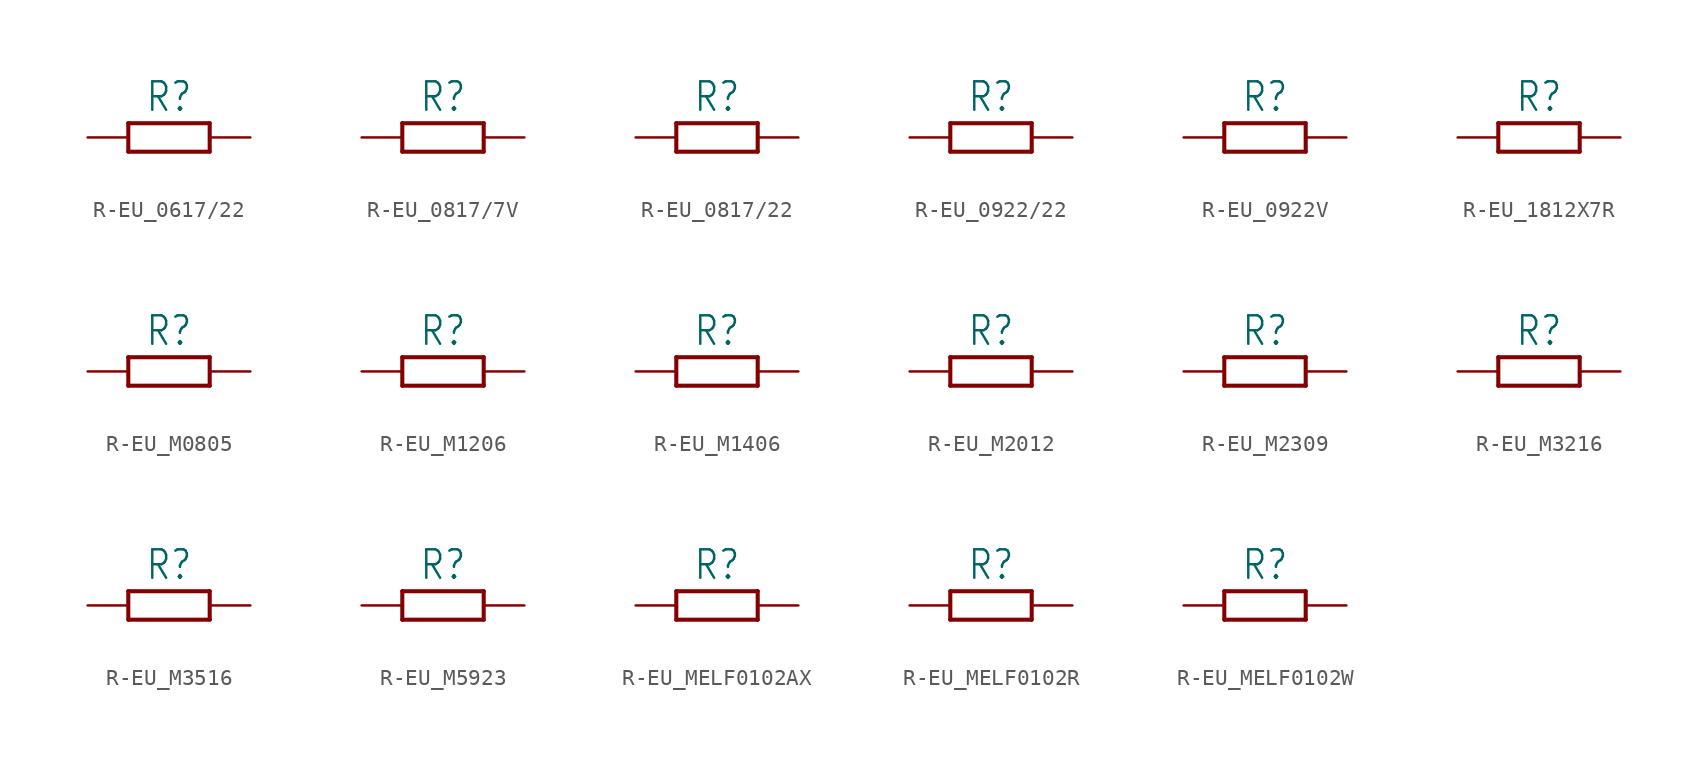
<source format=kicad_sym>
(kicad_symbol_lib
  (version 20231120)
  (generator "kicad_symbol_editor")
  (generator_version "8.0")
  (symbol "R-EU_0617/22"
    (property "Reference" "R"
      (at 0 2.54 0)
      (effects (font (size 1.778 1.511))))
    (property "Value" ""
      (at 0 -2.54 0)
      (effects (font (size 1.778 1.511))))
    (property "ki_locked" ""
      (at 0 0 0)
      (effects (font (size 1.27 1.27))))
    (symbol "R-EU_0617/22_1_0"
      (polyline (pts (xy -2.54 -0.889) (xy -2.54 0.889)) (stroke (width 0.254) (type solid)) (fill (type none)))
      (polyline (pts (xy -2.54 -0.889) (xy 2.54 -0.889)) (stroke (width 0.254) (type solid)) (fill (type none)))
      (polyline (pts (xy 2.54 -0.889) (xy 2.54 0.889)) (stroke (width 0.254) (type solid)) (fill (type none)))
      (polyline (pts (xy 2.54 0.889) (xy -2.54 0.889)) (stroke (width 0.254) (type solid)) (fill (type none)))
      (pin passive line (at -5.08 0 0) (length 2.54) (name "1" (effects (font (size 0 0)))) (number "1" (effects (font (size 0 0)))))
      (pin passive line (at 5.08 0 180) (length 2.54) (name "2" (effects (font (size 0 0)))) (number "2" (effects (font (size 0 0)))))))
  (symbol "R-EU_0817/7V"
    (property "Reference" "R"
      (at 0 2.54 0)
      (effects (font (size 1.778 1.511))))
    (property "Value" ""
      (at 0 -2.54 0)
      (effects (font (size 1.778 1.511))))
    (property "ki_locked" ""
      (at 0 0 0)
      (effects (font (size 1.27 1.27))))
    (symbol "R-EU_0817/7V_1_0"
      (polyline (pts (xy -2.54 -0.889) (xy -2.54 0.889)) (stroke (width 0.254) (type solid)) (fill (type none)))
      (polyline (pts (xy -2.54 -0.889) (xy 2.54 -0.889)) (stroke (width 0.254) (type solid)) (fill (type none)))
      (polyline (pts (xy 2.54 -0.889) (xy 2.54 0.889)) (stroke (width 0.254) (type solid)) (fill (type none)))
      (polyline (pts (xy 2.54 0.889) (xy -2.54 0.889)) (stroke (width 0.254) (type solid)) (fill (type none)))
      (pin passive line (at -5.08 0 0) (length 2.54) (name "1" (effects (font (size 0 0)))) (number "1" (effects (font (size 0 0)))))
      (pin passive line (at 5.08 0 180) (length 2.54) (name "2" (effects (font (size 0 0)))) (number "2" (effects (font (size 0 0)))))))
  (symbol "R-EU_0817/22"
    (property "Reference" "R"
      (at 0 2.54 0)
      (effects (font (size 1.778 1.511))))
    (property "Value" ""
      (at 0 -2.54 0)
      (effects (font (size 1.778 1.511))))
    (property "ki_locked" ""
      (at 0 0 0)
      (effects (font (size 1.27 1.27))))
    (symbol "R-EU_0817/22_1_0"
      (polyline (pts (xy -2.54 -0.889) (xy -2.54 0.889)) (stroke (width 0.254) (type solid)) (fill (type none)))
      (polyline (pts (xy -2.54 -0.889) (xy 2.54 -0.889)) (stroke (width 0.254) (type solid)) (fill (type none)))
      (polyline (pts (xy 2.54 -0.889) (xy 2.54 0.889)) (stroke (width 0.254) (type solid)) (fill (type none)))
      (polyline (pts (xy 2.54 0.889) (xy -2.54 0.889)) (stroke (width 0.254) (type solid)) (fill (type none)))
      (pin passive line (at -5.08 0 0) (length 2.54) (name "1" (effects (font (size 0 0)))) (number "1" (effects (font (size 0 0)))))
      (pin passive line (at 5.08 0 180) (length 2.54) (name "2" (effects (font (size 0 0)))) (number "2" (effects (font (size 0 0)))))))
  (symbol "R-EU_0922/22"
    (property "Reference" "R"
      (at 0 2.54 0)
      (effects (font (size 1.778 1.511))))
    (property "Value" ""
      (at 0 -2.54 0)
      (effects (font (size 1.778 1.511))))
    (property "ki_locked" ""
      (at 0 0 0)
      (effects (font (size 1.27 1.27))))
    (symbol "R-EU_0922/22_1_0"
      (polyline (pts (xy -2.54 -0.889) (xy -2.54 0.889)) (stroke (width 0.254) (type solid)) (fill (type none)))
      (polyline (pts (xy -2.54 -0.889) (xy 2.54 -0.889)) (stroke (width 0.254) (type solid)) (fill (type none)))
      (polyline (pts (xy 2.54 -0.889) (xy 2.54 0.889)) (stroke (width 0.254) (type solid)) (fill (type none)))
      (polyline (pts (xy 2.54 0.889) (xy -2.54 0.889)) (stroke (width 0.254) (type solid)) (fill (type none)))
      (pin passive line (at -5.08 0 0) (length 2.54) (name "1" (effects (font (size 0 0)))) (number "1" (effects (font (size 0 0)))))
      (pin passive line (at 5.08 0 180) (length 2.54) (name "2" (effects (font (size 0 0)))) (number "2" (effects (font (size 0 0)))))))
  (symbol "R-EU_0922V"
    (property "Reference" "R"
      (at 0 2.54 0)
      (effects (font (size 1.778 1.511))))
    (property "Value" ""
      (at 0 -2.54 0)
      (effects (font (size 1.778 1.511))))
    (property "ki_locked" ""
      (at 0 0 0)
      (effects (font (size 1.27 1.27))))
    (symbol "R-EU_0922V_1_0"
      (polyline (pts (xy -2.54 -0.889) (xy -2.54 0.889)) (stroke (width 0.254) (type solid)) (fill (type none)))
      (polyline (pts (xy -2.54 -0.889) (xy 2.54 -0.889)) (stroke (width 0.254) (type solid)) (fill (type none)))
      (polyline (pts (xy 2.54 -0.889) (xy 2.54 0.889)) (stroke (width 0.254) (type solid)) (fill (type none)))
      (polyline (pts (xy 2.54 0.889) (xy -2.54 0.889)) (stroke (width 0.254) (type solid)) (fill (type none)))
      (pin passive line (at -5.08 0 0) (length 2.54) (name "1" (effects (font (size 0 0)))) (number "1" (effects (font (size 0 0)))))
      (pin passive line (at 5.08 0 180) (length 2.54) (name "2" (effects (font (size 0 0)))) (number "2" (effects (font (size 0 0)))))))
  (symbol "R-EU_1812X7R"
    (property "Reference" "R"
      (at 0 2.54 0)
      (effects (font (size 1.778 1.511))))
    (property "Value" ""
      (at 0 -2.54 0)
      (effects (font (size 1.778 1.511))))
    (property "ki_locked" ""
      (at 0 0 0)
      (effects (font (size 1.27 1.27))))
    (symbol "R-EU_1812X7R_1_0"
      (polyline (pts (xy -2.54 -0.889) (xy -2.54 0.889)) (stroke (width 0.254) (type solid)) (fill (type none)))
      (polyline (pts (xy -2.54 -0.889) (xy 2.54 -0.889)) (stroke (width 0.254) (type solid)) (fill (type none)))
      (polyline (pts (xy 2.54 -0.889) (xy 2.54 0.889)) (stroke (width 0.254) (type solid)) (fill (type none)))
      (polyline (pts (xy 2.54 0.889) (xy -2.54 0.889)) (stroke (width 0.254) (type solid)) (fill (type none)))
      (pin passive line (at -5.08 0 0) (length 2.54) (name "1" (effects (font (size 0 0)))) (number "1" (effects (font (size 0 0)))))
      (pin passive line (at 5.08 0 180) (length 2.54) (name "2" (effects (font (size 0 0)))) (number "2" (effects (font (size 0 0)))))))
  (symbol "R-EU_M0805"
    (property "Reference" "R"
      (at 0 2.54 0)
      (effects (font (size 1.778 1.511))))
    (property "Value" ""
      (at 0 -2.54 0)
      (effects (font (size 1.778 1.511))))
    (property "ki_locked" ""
      (at 0 0 0)
      (effects (font (size 1.27 1.27))))
    (symbol "R-EU_M0805_1_0"
      (polyline (pts (xy -2.54 -0.889) (xy -2.54 0.889)) (stroke (width 0.254) (type solid)) (fill (type none)))
      (polyline (pts (xy -2.54 -0.889) (xy 2.54 -0.889)) (stroke (width 0.254) (type solid)) (fill (type none)))
      (polyline (pts (xy 2.54 -0.889) (xy 2.54 0.889)) (stroke (width 0.254) (type solid)) (fill (type none)))
      (polyline (pts (xy 2.54 0.889) (xy -2.54 0.889)) (stroke (width 0.254) (type solid)) (fill (type none)))
      (pin passive line (at -5.08 0 0) (length 2.54) (name "1" (effects (font (size 0 0)))) (number "1" (effects (font (size 0 0)))))
      (pin passive line (at 5.08 0 180) (length 2.54) (name "2" (effects (font (size 0 0)))) (number "2" (effects (font (size 0 0)))))))
  (symbol "R-EU_M1206"
    (property "Reference" "R"
      (at 0 2.54 0)
      (effects (font (size 1.778 1.511))))
    (property "Value" ""
      (at 0 -2.54 0)
      (effects (font (size 1.778 1.511))))
    (property "ki_locked" ""
      (at 0 0 0)
      (effects (font (size 1.27 1.27))))
    (symbol "R-EU_M1206_1_0"
      (polyline (pts (xy -2.54 -0.889) (xy -2.54 0.889)) (stroke (width 0.254) (type solid)) (fill (type none)))
      (polyline (pts (xy -2.54 -0.889) (xy 2.54 -0.889)) (stroke (width 0.254) (type solid)) (fill (type none)))
      (polyline (pts (xy 2.54 -0.889) (xy 2.54 0.889)) (stroke (width 0.254) (type solid)) (fill (type none)))
      (polyline (pts (xy 2.54 0.889) (xy -2.54 0.889)) (stroke (width 0.254) (type solid)) (fill (type none)))
      (pin passive line (at -5.08 0 0) (length 2.54) (name "1" (effects (font (size 0 0)))) (number "1" (effects (font (size 0 0)))))
      (pin passive line (at 5.08 0 180) (length 2.54) (name "2" (effects (font (size 0 0)))) (number "2" (effects (font (size 0 0)))))))
  (symbol "R-EU_M1406"
    (property "Reference" "R"
      (at 0 2.54 0)
      (effects (font (size 1.778 1.511))))
    (property "Value" ""
      (at 0 -2.54 0)
      (effects (font (size 1.778 1.511))))
    (property "ki_locked" ""
      (at 0 0 0)
      (effects (font (size 1.27 1.27))))
    (symbol "R-EU_M1406_1_0"
      (polyline (pts (xy -2.54 -0.889) (xy -2.54 0.889)) (stroke (width 0.254) (type solid)) (fill (type none)))
      (polyline (pts (xy -2.54 -0.889) (xy 2.54 -0.889)) (stroke (width 0.254) (type solid)) (fill (type none)))
      (polyline (pts (xy 2.54 -0.889) (xy 2.54 0.889)) (stroke (width 0.254) (type solid)) (fill (type none)))
      (polyline (pts (xy 2.54 0.889) (xy -2.54 0.889)) (stroke (width 0.254) (type solid)) (fill (type none)))
      (pin passive line (at -5.08 0 0) (length 2.54) (name "1" (effects (font (size 0 0)))) (number "1" (effects (font (size 0 0)))))
      (pin passive line (at 5.08 0 180) (length 2.54) (name "2" (effects (font (size 0 0)))) (number "2" (effects (font (size 0 0)))))))
  (symbol "R-EU_M2012"
    (property "Reference" "R"
      (at 0 2.54 0)
      (effects (font (size 1.778 1.511))))
    (property "Value" ""
      (at 0 -2.54 0)
      (effects (font (size 1.778 1.511))))
    (property "ki_locked" ""
      (at 0 0 0)
      (effects (font (size 1.27 1.27))))
    (symbol "R-EU_M2012_1_0"
      (polyline (pts (xy -2.54 -0.889) (xy -2.54 0.889)) (stroke (width 0.254) (type solid)) (fill (type none)))
      (polyline (pts (xy -2.54 -0.889) (xy 2.54 -0.889)) (stroke (width 0.254) (type solid)) (fill (type none)))
      (polyline (pts (xy 2.54 -0.889) (xy 2.54 0.889)) (stroke (width 0.254) (type solid)) (fill (type none)))
      (polyline (pts (xy 2.54 0.889) (xy -2.54 0.889)) (stroke (width 0.254) (type solid)) (fill (type none)))
      (pin passive line (at -5.08 0 0) (length 2.54) (name "1" (effects (font (size 0 0)))) (number "1" (effects (font (size 0 0)))))
      (pin passive line (at 5.08 0 180) (length 2.54) (name "2" (effects (font (size 0 0)))) (number "2" (effects (font (size 0 0)))))))
  (symbol "R-EU_M2309"
    (property "Reference" "R"
      (at 0 2.54 0)
      (effects (font (size 1.778 1.511))))
    (property "Value" ""
      (at 0 -2.54 0)
      (effects (font (size 1.778 1.511))))
    (property "ki_locked" ""
      (at 0 0 0)
      (effects (font (size 1.27 1.27))))
    (symbol "R-EU_M2309_1_0"
      (polyline (pts (xy -2.54 -0.889) (xy -2.54 0.889)) (stroke (width 0.254) (type solid)) (fill (type none)))
      (polyline (pts (xy -2.54 -0.889) (xy 2.54 -0.889)) (stroke (width 0.254) (type solid)) (fill (type none)))
      (polyline (pts (xy 2.54 -0.889) (xy 2.54 0.889)) (stroke (width 0.254) (type solid)) (fill (type none)))
      (polyline (pts (xy 2.54 0.889) (xy -2.54 0.889)) (stroke (width 0.254) (type solid)) (fill (type none)))
      (pin passive line (at -5.08 0 0) (length 2.54) (name "1" (effects (font (size 0 0)))) (number "1" (effects (font (size 0 0)))))
      (pin passive line (at 5.08 0 180) (length 2.54) (name "2" (effects (font (size 0 0)))) (number "2" (effects (font (size 0 0)))))))
  (symbol "R-EU_M3216"
    (property "Reference" "R"
      (at 0 2.54 0)
      (effects (font (size 1.778 1.511))))
    (property "Value" ""
      (at 0 -2.54 0)
      (effects (font (size 1.778 1.511))))
    (property "ki_locked" ""
      (at 0 0 0)
      (effects (font (size 1.27 1.27))))
    (symbol "R-EU_M3216_1_0"
      (polyline (pts (xy -2.54 -0.889) (xy -2.54 0.889)) (stroke (width 0.254) (type solid)) (fill (type none)))
      (polyline (pts (xy -2.54 -0.889) (xy 2.54 -0.889)) (stroke (width 0.254) (type solid)) (fill (type none)))
      (polyline (pts (xy 2.54 -0.889) (xy 2.54 0.889)) (stroke (width 0.254) (type solid)) (fill (type none)))
      (polyline (pts (xy 2.54 0.889) (xy -2.54 0.889)) (stroke (width 0.254) (type solid)) (fill (type none)))
      (pin passive line (at -5.08 0 0) (length 2.54) (name "1" (effects (font (size 0 0)))) (number "1" (effects (font (size 0 0)))))
      (pin passive line (at 5.08 0 180) (length 2.54) (name "2" (effects (font (size 0 0)))) (number "2" (effects (font (size 0 0)))))))
  (symbol "R-EU_M3516"
    (property "Reference" "R"
      (at 0 2.54 0)
      (effects (font (size 1.778 1.511))))
    (property "Value" ""
      (at 0 -2.54 0)
      (effects (font (size 1.778 1.511))))
    (property "ki_locked" ""
      (at 0 0 0)
      (effects (font (size 1.27 1.27))))
    (symbol "R-EU_M3516_1_0"
      (polyline (pts (xy -2.54 -0.889) (xy -2.54 0.889)) (stroke (width 0.254) (type solid)) (fill (type none)))
      (polyline (pts (xy -2.54 -0.889) (xy 2.54 -0.889)) (stroke (width 0.254) (type solid)) (fill (type none)))
      (polyline (pts (xy 2.54 -0.889) (xy 2.54 0.889)) (stroke (width 0.254) (type solid)) (fill (type none)))
      (polyline (pts (xy 2.54 0.889) (xy -2.54 0.889)) (stroke (width 0.254) (type solid)) (fill (type none)))
      (pin passive line (at -5.08 0 0) (length 2.54) (name "1" (effects (font (size 0 0)))) (number "1" (effects (font (size 0 0)))))
      (pin passive line (at 5.08 0 180) (length 2.54) (name "2" (effects (font (size 0 0)))) (number "2" (effects (font (size 0 0)))))))
  (symbol "R-EU_M5923"
    (property "Reference" "R"
      (at 0 2.54 0)
      (effects (font (size 1.778 1.511))))
    (property "Value" ""
      (at 0 -2.54 0)
      (effects (font (size 1.778 1.511))))
    (property "ki_locked" ""
      (at 0 0 0)
      (effects (font (size 1.27 1.27))))
    (symbol "R-EU_M5923_1_0"
      (polyline (pts (xy -2.54 -0.889) (xy -2.54 0.889)) (stroke (width 0.254) (type solid)) (fill (type none)))
      (polyline (pts (xy -2.54 -0.889) (xy 2.54 -0.889)) (stroke (width 0.254) (type solid)) (fill (type none)))
      (polyline (pts (xy 2.54 -0.889) (xy 2.54 0.889)) (stroke (width 0.254) (type solid)) (fill (type none)))
      (polyline (pts (xy 2.54 0.889) (xy -2.54 0.889)) (stroke (width 0.254) (type solid)) (fill (type none)))
      (pin passive line (at -5.08 0 0) (length 2.54) (name "1" (effects (font (size 0 0)))) (number "1" (effects (font (size 0 0)))))
      (pin passive line (at 5.08 0 180) (length 2.54) (name "2" (effects (font (size 0 0)))) (number "2" (effects (font (size 0 0)))))))
  (symbol "R-EU_MELF0102AX"
    (property "Reference" "R"
      (at 0 2.54 0)
      (effects (font (size 1.778 1.511))))
    (property "Value" ""
      (at 0 -2.54 0)
      (effects (font (size 1.778 1.511))))
    (property "ki_locked" ""
      (at 0 0 0)
      (effects (font (size 1.27 1.27))))
    (symbol "R-EU_MELF0102AX_1_0"
      (polyline (pts (xy -2.54 -0.889) (xy -2.54 0.889)) (stroke (width 0.254) (type solid)) (fill (type none)))
      (polyline (pts (xy -2.54 -0.889) (xy 2.54 -0.889)) (stroke (width 0.254) (type solid)) (fill (type none)))
      (polyline (pts (xy 2.54 -0.889) (xy 2.54 0.889)) (stroke (width 0.254) (type solid)) (fill (type none)))
      (polyline (pts (xy 2.54 0.889) (xy -2.54 0.889)) (stroke (width 0.254) (type solid)) (fill (type none)))
      (pin passive line (at -5.08 0 0) (length 2.54) (name "1" (effects (font (size 0 0)))) (number "1" (effects (font (size 0 0)))))
      (pin passive line (at 5.08 0 180) (length 2.54) (name "2" (effects (font (size 0 0)))) (number "2" (effects (font (size 0 0)))))))
  (symbol "R-EU_MELF0102R"
    (property "Reference" "R"
      (at 0 2.54 0)
      (effects (font (size 1.778 1.511))))
    (property "Value" ""
      (at 0 -2.54 0)
      (effects (font (size 1.778 1.511))))
    (property "ki_locked" ""
      (at 0 0 0)
      (effects (font (size 1.27 1.27))))
    (symbol "R-EU_MELF0102R_1_0"
      (polyline (pts (xy -2.54 -0.889) (xy -2.54 0.889)) (stroke (width 0.254) (type solid)) (fill (type none)))
      (polyline (pts (xy -2.54 -0.889) (xy 2.54 -0.889)) (stroke (width 0.254) (type solid)) (fill (type none)))
      (polyline (pts (xy 2.54 -0.889) (xy 2.54 0.889)) (stroke (width 0.254) (type solid)) (fill (type none)))
      (polyline (pts (xy 2.54 0.889) (xy -2.54 0.889)) (stroke (width 0.254) (type solid)) (fill (type none)))
      (pin passive line (at -5.08 0 0) (length 2.54) (name "1" (effects (font (size 0 0)))) (number "1" (effects (font (size 0 0)))))
      (pin passive line (at 5.08 0 180) (length 2.54) (name "2" (effects (font (size 0 0)))) (number "2" (effects (font (size 0 0)))))))
  (symbol "R-EU_MELF0102W"
    (property "Reference" "R"
      (at 0 2.54 0)
      (effects (font (size 1.778 1.511))))
    (property "Value" ""
      (at 0 -2.54 0)
      (effects (font (size 1.778 1.511))))
    (property "ki_locked" ""
      (at 0 0 0)
      (effects (font (size 1.27 1.27))))
    (symbol "R-EU_MELF0102W_1_0"
      (polyline (pts (xy -2.54 -0.889) (xy -2.54 0.889)) (stroke (width 0.254) (type solid)) (fill (type none)))
      (polyline (pts (xy -2.54 -0.889) (xy 2.54 -0.889)) (stroke (width 0.254) (type solid)) (fill (type none)))
      (polyline (pts (xy 2.54 -0.889) (xy 2.54 0.889)) (stroke (width 0.254) (type solid)) (fill (type none)))
      (polyline (pts (xy 2.54 0.889) (xy -2.54 0.889)) (stroke (width 0.254) (type solid)) (fill (type none)))
      (pin passive line (at -5.08 0 0) (length 2.54) (name "1" (effects (font (size 0 0)))) (number "1" (effects (font (size 0 0)))))
      (pin passive line (at 5.08 0 180) (length 2.54) (name "2" (effects (font (size 0 0)))) (number "2" (effects (font (size 0 0))))))))
</source>
